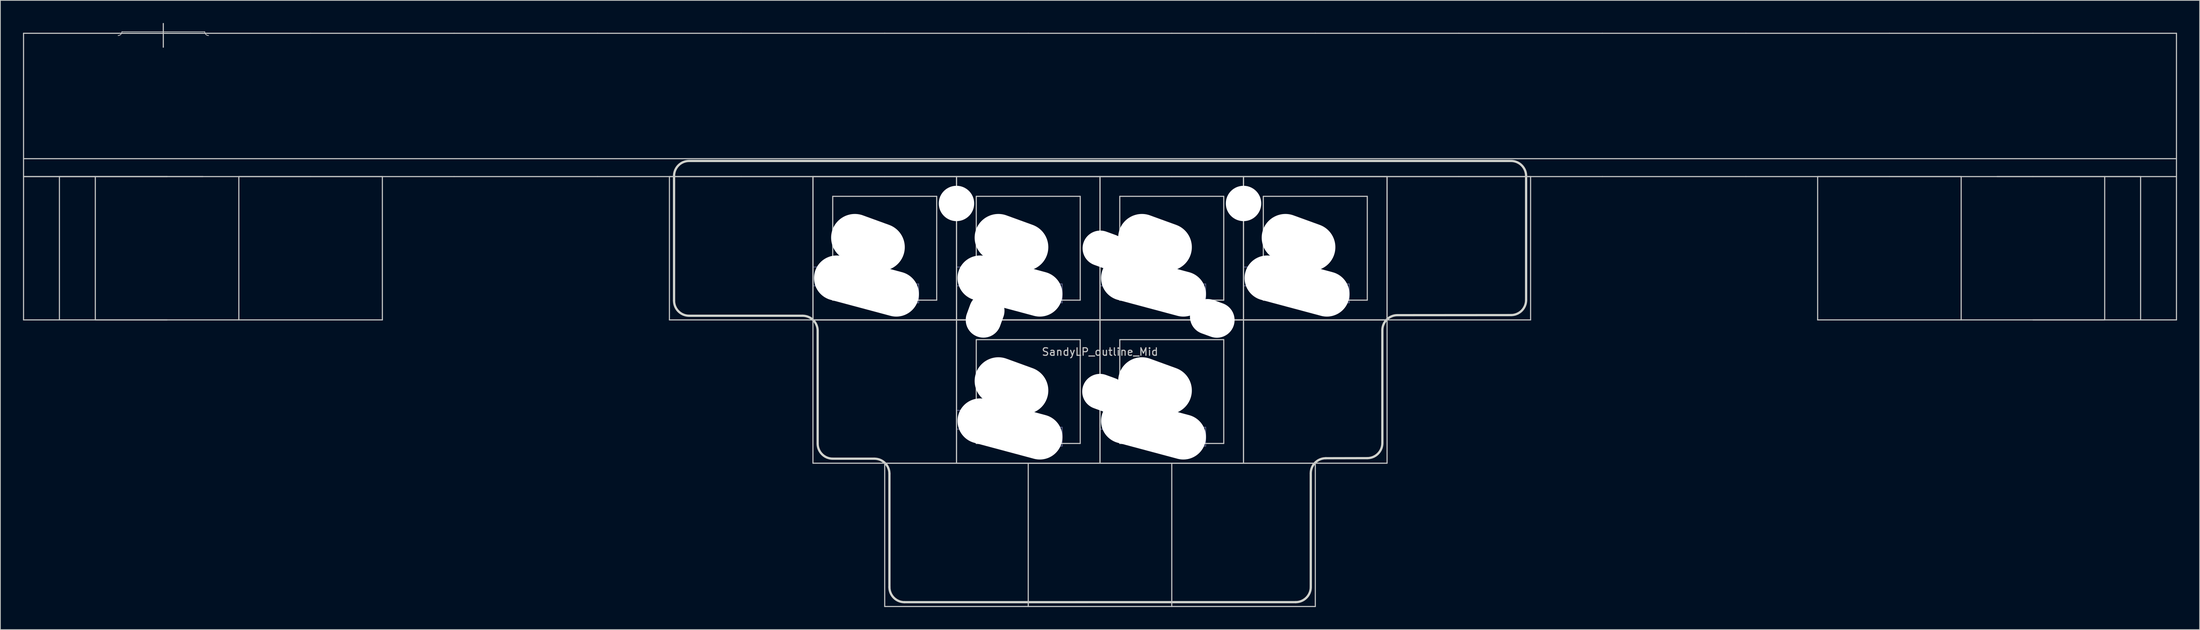
<source format=kicad_pcb>
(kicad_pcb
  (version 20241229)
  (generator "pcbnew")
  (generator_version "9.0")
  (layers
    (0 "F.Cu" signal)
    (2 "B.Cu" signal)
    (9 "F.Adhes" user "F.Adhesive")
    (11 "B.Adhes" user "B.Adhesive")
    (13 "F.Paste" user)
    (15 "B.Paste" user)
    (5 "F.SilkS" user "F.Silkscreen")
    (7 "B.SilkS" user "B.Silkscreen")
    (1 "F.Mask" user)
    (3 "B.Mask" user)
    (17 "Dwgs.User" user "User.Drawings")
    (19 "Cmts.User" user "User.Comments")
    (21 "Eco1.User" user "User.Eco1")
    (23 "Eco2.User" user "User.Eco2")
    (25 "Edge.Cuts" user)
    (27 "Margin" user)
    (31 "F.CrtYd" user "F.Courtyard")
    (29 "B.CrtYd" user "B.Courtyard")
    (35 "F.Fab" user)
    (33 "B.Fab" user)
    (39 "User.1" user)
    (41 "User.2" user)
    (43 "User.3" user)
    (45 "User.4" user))
  (footprint "SandyLP_outline_Mid"
    (layer "F.Cu")
    (at 142.95 39.475)
    (property "Reference" "SandyLP_outline_Mid" (at 0 4.25 0) (layer "Dwgs.User") (effects (font (size 1 1) (thickness 0.15))))
    (attr through_hole)
    (fp_line (start -142.875 -38.1) (end -123.825 -38.1) (stroke (width 0.15) (type solid)) (layer "Dwgs.User"))
    (fp_line (start -142.875 -19.05) (end -142.875 -38.1) (stroke (width 0.15) (type solid)) (layer "Dwgs.User"))
    (fp_line (start -142.875 -19.05) (end -142.875 0) (stroke (width 0.15) (type solid)) (layer "Dwgs.User"))
    (fp_line (start -138.113 -19.05) (end -119.062 -19.05) (stroke (width 0.15) (type solid)) (layer "Dwgs.User"))
    (fp_line (start -138.113 0) (end -138.113 -19.05) (stroke (width 0.15) (type solid)) (layer "Dwgs.User"))
    (fp_line (start -133.35 0) (end -133.35 -19.05) (stroke (width 0.15) (type solid)) (layer "Dwgs.User"))
    (fp_line (start -129.825 -38.3) (end -118.825 -38.3) (stroke (width 0.1) (type solid)) (layer "Dwgs.User"))
    (fp_line (start -124.325 -39.4) (end -124.325 -36.25) (stroke (width 0.15) (type solid)) (layer "Dwgs.User"))
    (fp_line (start -123.825 -38.1) (end -104.775 -38.1) (stroke (width 0.15) (type solid)) (layer "Dwgs.User"))
    (fp_line (start -123.825 -19.05) (end -142.875 -19.05) (stroke (width 0.15) (type solid)) (layer "Dwgs.User"))
    (fp_line (start -123.825 -19.05) (end -142.875 -19.05) (stroke (width 0.15) (type solid)) (layer "Dwgs.User"))
    (fp_line (start -123.825 0) (end -142.875 0) (stroke (width 0.15) (type solid)) (layer "Dwgs.User"))
    (fp_line (start -114.3 -19.05) (end -95.25 -19.05) (stroke (width 0.15) (type solid)) (layer "Dwgs.User"))
    (fp_line (start -114.3 0) (end -133.35 0) (stroke (width 0.15) (type solid)) (layer "Dwgs.User"))
    (fp_line (start -114.3 0) (end -114.3 -19.05) (stroke (width 0.15) (type solid)) (layer "Dwgs.User"))
    (fp_line (start -104.775 -38.1) (end -85.725 -38.1) (stroke (width 0.15) (type solid)) (layer "Dwgs.User"))
    (fp_line (start -104.775 -19.05) (end -123.825 -19.05) (stroke (width 0.15) (type solid)) (layer "Dwgs.User"))
    (fp_line (start -95.25 -19.05) (end -95.25 0) (stroke (width 0.15) (type solid)) (layer "Dwgs.User"))
    (fp_line (start -95.25 0) (end -114.3 0) (stroke (width 0.15) (type solid)) (layer "Dwgs.User"))
    (fp_line (start -85.725 -38.1) (end -66.675 -38.1) (stroke (width 0.15) (type solid)) (layer "Dwgs.User"))
    (fp_line (start -85.725 -19.05) (end -104.775 -19.05) (stroke (width 0.15) (type solid)) (layer "Dwgs.User"))
    (fp_line (start -66.675 -38.1) (end -47.625 -38.1) (stroke (width 0.15) (type solid)) (layer "Dwgs.User"))
    (fp_line (start -66.675 -19.05) (end -85.725 -19.05) (stroke (width 0.15) (type solid)) (layer "Dwgs.User"))
    (fp_line (start -57.15 -19.05) (end -38.1 -19.05) (stroke (width 0.15) (type solid)) (layer "Dwgs.User"))
    (fp_line (start -57.15 0) (end -57.15 -19.05) (stroke (width 0.15) (type solid)) (layer "Dwgs.User"))
    (fp_line (start -47.625 -38.1) (end -28.575 -38.1) (stroke (width 0.15) (type solid)) (layer "Dwgs.User"))
    (fp_line (start -47.625 -19.05) (end -66.675 -19.05) (stroke (width 0.15) (type solid)) (layer "Dwgs.User"))
    (fp_line (start -38.1 -19.05) (end -19.05 -19.05) (stroke (width 0.15) (type solid)) (layer "Dwgs.User"))
    (fp_line (start -38.1 -19.05) (end -19.05 -19.05) (stroke (width 0.15) (type solid)) (layer "Dwgs.User"))
    (fp_line (start -38.1 0) (end -57.15 0) (stroke (width 0.15) (type solid)) (layer "Dwgs.User"))
    (fp_line (start -38.1 0) (end -38.1 -19.05) (stroke (width 0.15) (type solid)) (layer "Dwgs.User"))
    (fp_line (start -38.1 0) (end -38.1 -19.05) (stroke (width 0.15) (type solid)) (layer "Dwgs.User"))
    (fp_line (start -38.1 0) (end -19.05 0) (stroke (width 0.15) (type solid)) (layer "Dwgs.User"))
    (fp_line (start -38.1 19.05) (end -38.1 0) (stroke (width 0.15) (type solid)) (layer "Dwgs.User"))
    (fp_line (start -35.475 -2.625) (end -35.475 -16.425) (stroke (width 0.15) (type solid)) (layer "Dwgs.User"))
    (fp_line (start -35.475 -2.625) (end -21.675 -2.625) (stroke (width 0.15) (type solid)) (layer "Dwgs.User"))
    (fp_line (start -28.575 -38.1) (end -9.525 -38.1) (stroke (width 0.15) (type solid)) (layer "Dwgs.User"))
    (fp_line (start -28.575 -19.05) (end -47.625 -19.05) (stroke (width 0.15) (type solid)) (layer "Dwgs.User"))
    (fp_line (start -28.575 19.05) (end -9.525 19.05) (stroke (width 0.15) (type solid)) (layer "Dwgs.User"))
    (fp_line (start -28.575 38.1) (end -28.575 19.05) (stroke (width 0.15) (type solid)) (layer "Dwgs.User"))
    (fp_line (start -21.675 -16.425) (end -35.475 -16.425) (stroke (width 0.15) (type solid)) (layer "Dwgs.User"))
    (fp_line (start -21.675 -16.425) (end -21.675 -2.625) (stroke (width 0.15) (type solid)) (layer "Dwgs.User"))
    (fp_line (start -19.05 -19.05) (end -19.05 0) (stroke (width 0.15) (type solid)) (layer "Dwgs.User"))
    (fp_line (start -19.05 -19.05) (end -19.05 0) (stroke (width 0.15) (type solid)) (layer "Dwgs.User"))
    (fp_line (start -19.05 -19.05) (end 0 -19.05) (stroke (width 0.15) (type solid)) (layer "Dwgs.User"))
    (fp_line (start -19.05 -19.05) (end 0 -19.05) (stroke (width 0.15) (type solid)) (layer "Dwgs.User"))
    (fp_line (start -19.05 0) (end -38.1 0) (stroke (width 0.15) (type solid)) (layer "Dwgs.User"))
    (fp_line (start -19.05 0) (end -38.1 0) (stroke (width 0.15) (type solid)) (layer "Dwgs.User"))
    (fp_line (start -19.05 0) (end -19.05 -19.05) (stroke (width 0.15) (type solid)) (layer "Dwgs.User"))
    (fp_line (start -19.05 0) (end 0 0) (stroke (width 0.15) (type solid)) (layer "Dwgs.User"))
    (fp_line (start -19.05 0) (end 0 0) (stroke (width 0.15) (type solid)) (layer "Dwgs.User"))
    (fp_line (start -19.05 19.05) (end -38.1 19.05) (stroke (width 0.15) (type solid)) (layer "Dwgs.User"))
    (fp_line (start -19.05 19.05) (end -19.05 0) (stroke (width 0.15) (type solid)) (layer "Dwgs.User"))
    (fp_line (start -19.05 19.05) (end -19.05 0) (stroke (width 0.15) (type solid)) (layer "Dwgs.User"))
    (fp_line (start -16.425 -2.625) (end -16.425 -16.425) (stroke (width 0.15) (type solid)) (layer "Dwgs.User"))
    (fp_line (start -16.425 -2.625) (end -2.625 -2.625) (stroke (width 0.15) (type solid)) (layer "Dwgs.User"))
    (fp_line (start -16.425 16.425) (end -16.425 2.625) (stroke (width 0.15) (type solid)) (layer "Dwgs.User"))
    (fp_line (start -16.425 16.425) (end -2.625 16.425) (stroke (width 0.15) (type solid)) (layer "Dwgs.User"))
    (fp_line (start -9.525 -38.1) (end 9.525 -38.1) (stroke (width 0.15) (type solid)) (layer "Dwgs.User"))
    (fp_line (start -9.525 -19.05) (end -28.575 -19.05) (stroke (width 0.15) (type solid)) (layer "Dwgs.User"))
    (fp_line (start -9.525 19.05) (end 9.525 19.05) (stroke (width 0.15) (type solid)) (layer "Dwgs.User"))
    (fp_line (start -9.525 38.1) (end -28.575 38.1) (stroke (width 0.15) (type solid)) (layer "Dwgs.User"))
    (fp_line (start -9.525 38.1) (end -9.525 19.05) (stroke (width 0.15) (type solid)) (layer "Dwgs.User"))
    (fp_line (start -2.625 -16.425) (end -16.425 -16.425) (stroke (width 0.15) (type solid)) (layer "Dwgs.User"))
    (fp_line (start -2.625 -16.425) (end -2.625 -2.625) (stroke (width 0.15) (type solid)) (layer "Dwgs.User"))
    (fp_line (start -2.625 2.625) (end -16.425 2.625) (stroke (width 0.15) (type solid)) (layer "Dwgs.User"))
    (fp_line (start -2.625 2.625) (end -2.625 16.425) (stroke (width 0.15) (type solid)) (layer "Dwgs.User"))
    (fp_line (start 0 -19.05) (end 0 0) (stroke (width 0.15) (type solid)) (layer "Dwgs.User"))
    (fp_line (start 0 -19.05) (end 0 0) (stroke (width 0.15) (type solid)) (layer "Dwgs.User"))
    (fp_line (start 0 -19.05) (end 19.05 -19.05) (stroke (width 0.15) (type solid)) (layer "Dwgs.User"))
    (fp_line (start 0 -19.05) (end 19.05 -19.05) (stroke (width 0.15) (type solid)) (layer "Dwgs.User"))
    (fp_line (start 0 0) (end -19.05 0) (stroke (width 0.15) (type solid)) (layer "Dwgs.User"))
    (fp_line (start 0 0) (end -19.05 0) (stroke (width 0.15) (type solid)) (layer "Dwgs.User"))
    (fp_line (start 0 0) (end 0 -19.05) (stroke (width 0.15) (type solid)) (layer "Dwgs.User"))
    (fp_line (start 0 0) (end 0 19.05) (stroke (width 0.15) (type solid)) (layer "Dwgs.User"))
    (fp_line (start 0 0) (end 19.05 0) (stroke (width 0.15) (type solid)) (layer "Dwgs.User"))
    (fp_line (start 0 0) (end 19.05 0) (stroke (width 0.15) (type solid)) (layer "Dwgs.User"))
    (fp_line (start 0 19.05) (end -19.05 19.05) (stroke (width 0.15) (type solid)) (layer "Dwgs.User"))
    (fp_line (start 0 19.05) (end -19.05 19.05) (stroke (width 0.15) (type solid)) (layer "Dwgs.User"))
    (fp_line (start 0 19.05) (end 0 0) (stroke (width 0.15) (type solid)) (layer "Dwgs.User"))
    (fp_line (start 0 19.05) (end 0 0) (stroke (width 0.15) (type solid)) (layer "Dwgs.User"))
    (fp_line (start 2.625 -2.625) (end 2.625 -16.425) (stroke (width 0.15) (type solid)) (layer "Dwgs.User"))
    (fp_line (start 2.625 -2.625) (end 16.425 -2.625) (stroke (width 0.15) (type solid)) (layer "Dwgs.User"))
    (fp_line (start 2.625 16.425) (end 2.625 2.625) (stroke (width 0.15) (type solid)) (layer "Dwgs.User"))
    (fp_line (start 2.625 16.425) (end 16.425 16.425) (stroke (width 0.15) (type solid)) (layer "Dwgs.User"))
    (fp_line (start 9.525 -38.1) (end 28.575 -38.1) (stroke (width 0.15) (type solid)) (layer "Dwgs.User"))
    (fp_line (start 9.525 -19.05) (end -9.525 -19.05) (stroke (width 0.15) (type solid)) (layer "Dwgs.User"))
    (fp_line (start 9.525 19.05) (end 28.575 19.05) (stroke (width 0.15) (type solid)) (layer "Dwgs.User"))
    (fp_line (start 9.525 38.1) (end -9.525 38.1) (stroke (width 0.15) (type solid)) (layer "Dwgs.User"))
    (fp_line (start 9.525 38.1) (end 9.525 19.05) (stroke (width 0.15) (type solid)) (layer "Dwgs.User"))
    (fp_line (start 16.425 -16.425) (end 2.625 -16.425) (stroke (width 0.15) (type solid)) (layer "Dwgs.User"))
    (fp_line (start 16.425 -16.425) (end 16.425 -2.625) (stroke (width 0.15) (type solid)) (layer "Dwgs.User"))
    (fp_line (start 16.425 2.625) (end 2.625 2.625) (stroke (width 0.15) (type solid)) (layer "Dwgs.User"))
    (fp_line (start 16.425 2.625) (end 16.425 16.425) (stroke (width 0.15) (type solid)) (layer "Dwgs.User"))
    (fp_line (start 19.05 -19.05) (end 19.05 0) (stroke (width 0.15) (type solid)) (layer "Dwgs.User"))
    (fp_line (start 19.05 -19.05) (end 38.1 -19.05) (stroke (width 0.15) (type solid)) (layer "Dwgs.User"))
    (fp_line (start 19.05 -19.05) (end 38.1 -19.05) (stroke (width 0.15) (type solid)) (layer "Dwgs.User"))
    (fp_line (start 19.05 0) (end 0 0) (stroke (width 0.15) (type solid)) (layer "Dwgs.User"))
    (fp_line (start 19.05 0) (end 0 0) (stroke (width 0.15) (type solid)) (layer "Dwgs.User"))
    (fp_line (start 19.05 0) (end 19.05 -19.05) (stroke (width 0.15) (type solid)) (layer "Dwgs.User"))
    (fp_line (start 19.05 0) (end 19.05 -19.05) (stroke (width 0.15) (type solid)) (layer "Dwgs.User"))
    (fp_line (start 19.05 0) (end 19.05 19.05) (stroke (width 0.15) (type solid)) (layer "Dwgs.User"))
    (fp_line (start 19.05 0) (end 38.1 0) (stroke (width 0.15) (type solid)) (layer "Dwgs.User"))
    (fp_line (start 19.05 19.05) (end 0 19.05) (stroke (width 0.15) (type solid)) (layer "Dwgs.User"))
    (fp_line (start 19.05 19.05) (end 0 19.05) (stroke (width 0.15) (type solid)) (layer "Dwgs.User"))
    (fp_line (start 19.05 19.05) (end 19.05 0) (stroke (width 0.15) (type solid)) (layer "Dwgs.User"))
    (fp_line (start 21.675 -2.625) (end 21.675 -16.425) (stroke (width 0.15) (type solid)) (layer "Dwgs.User"))
    (fp_line (start 21.675 -2.625) (end 35.475 -2.625) (stroke (width 0.15) (type solid)) (layer "Dwgs.User"))
    (fp_line (start 28.575 -38.1) (end 47.625 -38.1) (stroke (width 0.15) (type solid)) (layer "Dwgs.User"))
    (fp_line (start 28.575 -19.05) (end 9.525 -19.05) (stroke (width 0.15) (type solid)) (layer "Dwgs.User"))
    (fp_line (start 28.575 19.05) (end 28.575 38.1) (stroke (width 0.15) (type solid)) (layer "Dwgs.User"))
    (fp_line (start 28.575 38.1) (end 9.525 38.1) (stroke (width 0.15) (type solid)) (layer "Dwgs.User"))
    (fp_line (start 35.475 -16.425) (end 21.675 -16.425) (stroke (width 0.15) (type solid)) (layer "Dwgs.User"))
    (fp_line (start 35.475 -16.425) (end 35.475 -2.625) (stroke (width 0.15) (type solid)) (layer "Dwgs.User"))
    (fp_line (start 38.1 -19.05) (end 38.1 0) (stroke (width 0.15) (type solid)) (layer "Dwgs.User"))
    (fp_line (start 38.1 -19.05) (end 38.1 0) (stroke (width 0.15) (type solid)) (layer "Dwgs.User"))
    (fp_line (start 38.1 -19.05) (end 57.15 -19.05) (stroke (width 0.15) (type solid)) (layer "Dwgs.User"))
    (fp_line (start 38.1 0) (end 19.05 0) (stroke (width 0.15) (type solid)) (layer "Dwgs.User"))
    (fp_line (start 38.1 0) (end 19.05 0) (stroke (width 0.15) (type solid)) (layer "Dwgs.User"))
    (fp_line (start 38.1 0) (end 38.1 19.05) (stroke (width 0.15) (type solid)) (layer "Dwgs.User"))
    (fp_line (start 38.1 19.05) (end 19.05 19.05) (stroke (width 0.15) (type solid)) (layer "Dwgs.User"))
    (fp_line (start 47.625 -38.1) (end 66.675 -38.1) (stroke (width 0.15) (type solid)) (layer "Dwgs.User"))
    (fp_line (start 47.625 -19.05) (end 28.575 -19.05) (stroke (width 0.15) (type solid)) (layer "Dwgs.User"))
    (fp_line (start 57.15 -19.05) (end 57.15 0) (stroke (width 0.15) (type solid)) (layer "Dwgs.User"))
    (fp_line (start 57.15 0) (end 38.1 0) (stroke (width 0.15) (type solid)) (layer "Dwgs.User"))
    (fp_line (start 66.675 -38.1) (end 85.725 -38.1) (stroke (width 0.15) (type solid)) (layer "Dwgs.User"))
    (fp_line (start 66.675 -19.05) (end 47.625 -19.05) (stroke (width 0.15) (type solid)) (layer "Dwgs.User"))
    (fp_line (start 85.725 -38.1) (end 104.775 -38.1) (stroke (width 0.15) (type solid)) (layer "Dwgs.User"))
    (fp_line (start 85.725 -19.05) (end 66.675 -19.05) (stroke (width 0.15) (type solid)) (layer "Dwgs.User"))
    (fp_line (start 95.25 -19.05) (end 114.3 -19.05) (stroke (width 0.15) (type solid)) (layer "Dwgs.User"))
    (fp_line (start 95.25 0) (end 95.25 -19.05) (stroke (width 0.15) (type solid)) (layer "Dwgs.User"))
    (fp_line (start 104.775 -38.1) (end 123.825 -38.1) (stroke (width 0.15) (type solid)) (layer "Dwgs.User"))
    (fp_line (start 104.775 -19.05) (end 85.725 -19.05) (stroke (width 0.15) (type solid)) (layer "Dwgs.User"))
    (fp_line (start 114.3 -19.05) (end 114.3 0) (stroke (width 0.15) (type solid)) (layer "Dwgs.User"))
    (fp_line (start 114.3 0) (end 95.25 0) (stroke (width 0.15) (type solid)) (layer "Dwgs.User"))
    (fp_line (start 119.062 -19.05) (end 138.113 -19.05) (stroke (width 0.15) (type solid)) (layer "Dwgs.User"))
    (fp_line (start 123.825 -38.1) (end 142.875 -38.1) (stroke (width 0.15) (type solid)) (layer "Dwgs.User"))
    (fp_line (start 123.825 -19.05) (end 104.775 -19.05) (stroke (width 0.15) (type solid)) (layer "Dwgs.User"))
    (fp_line (start 133.35 0) (end 114.3 0) (stroke (width 0.15) (type solid)) (layer "Dwgs.User"))
    (fp_line (start 133.35 0) (end 133.35 -19.05) (stroke (width 0.15) (type solid)) (layer "Dwgs.User"))
    (fp_line (start 138.113 0) (end 138.113 -19.05) (stroke (width 0.15) (type solid)) (layer "Dwgs.User"))
    (fp_line (start 142.875 -38.1) (end 142.875 -19.05) (stroke (width 0.15) (type solid)) (layer "Dwgs.User"))
    (fp_line (start 142.875 -21.431) (end -142.875 -21.431) (stroke (width 0.15) (type solid)) (layer "Dwgs.User"))
    (fp_line (start 142.875 -19.05) (end 123.825 -19.05) (stroke (width 0.15) (type solid)) (layer "Dwgs.User"))
    (fp_line (start 142.875 -19.05) (end 142.875 0) (stroke (width 0.15) (type solid)) (layer "Dwgs.User"))
    (fp_line (start 142.875 0) (end 123.825 0) (stroke (width 0.15) (type solid)) (layer "Dwgs.User"))
    (fp_arc (start -129.825 -38.30004) (mid -129.971447 -37.946487) (end -130.325 -37.80004) (stroke (width 0.1) (type solid)) (layer "Dwgs.User"))
    (fp_arc (start -118.325 -37.80004) (mid -118.678553 -37.946487) (end -118.825 -38.30004) (stroke (width 0.1) (type solid)) (layer "Dwgs.User"))
    (fp_circle (center -28.575 -9.525) (end -26.075 -9.525) (stroke (width 0.12) (type default)) (fill no) (layer "Dwgs.User"))
    (fp_circle (center -9.525 -9.525) (end -7.025 -9.525) (stroke (width 0.12) (type default)) (fill no) (layer "Dwgs.User"))
    (fp_circle (center -9.525 9.525) (end -7.025 9.525) (stroke (width 0.12) (type default)) (fill no) (layer "Dwgs.User"))
    (fp_circle (center 9.525 -9.525) (end 12.025 -9.525) (stroke (width 0.12) (type default)) (fill no) (layer "Dwgs.User"))
    (fp_circle (center 9.525 9.525) (end 12.025 9.525) (stroke (width 0.12) (type default)) (fill no) (layer "Dwgs.User"))
    (fp_circle (center 28.575 -9.525) (end 31.075 -9.525) (stroke (width 0.12) (type default)) (fill no) (layer "Dwgs.User"))
    (fp_line (start -138.144 -2.628) (end -138.144 -19.146) (stroke (width 0.3) (type solid)) (layer "Eco2.User"))
    (fp_line (start -136.144 -21.146) (end -97.845 -21.146) (stroke (width 0.3) (type solid)) (layer "Eco2.User"))
    (fp_line (start -136.144 -0.628) (end -97.855 -0.614) (stroke (width 0.3) (type solid)) (layer "Eco2.User"))
    (fp_line (start -95.855 -2.614) (end -95.845 -19.146) (stroke (width 0.3) (type solid)) (layer "Eco2.User"))
    (fp_line (start 95.805 -2.643) (end 95.805 -19.146) (stroke (width 0.3) (type solid)) (layer "Eco2.User"))
    (fp_line (start 97.805 -21.146) (end 135.722 -21.146) (stroke (width 0.3) (type solid)) (layer "Eco2.User"))
    (fp_line (start 97.805 -0.643) (end 135.713 -0.628) (stroke (width 0.3) (type solid)) (layer "Eco2.User"))
    (fp_line (start 137.713 -2.628) (end 137.722 -19.146) (stroke (width 0.3) (type solid)) (layer "Eco2.User"))
    (fp_arc (start -138.14375 -19.145504) (mid -137.557964 -20.559718) (end -136.14375 -21.145504) (stroke (width 0.3) (type solid)) (layer "Eco2.User"))
    (fp_arc (start -136.14375 -0.628468) (mid -137.557964 -1.214254) (end -138.14375 -2.628468) (stroke (width 0.3) (type solid)) (layer "Eco2.User"))
    (fp_arc (start -97.845 -21.145504) (mid -96.430774 -20.55973) (end -95.845 -19.145504) (stroke (width 0.3) (type solid)) (layer "Eco2.User"))
    (fp_arc (start -95.855 -2.614254) (mid -96.440786 -1.20004) (end -97.855 -0.614254) (stroke (width 0.3) (type solid)) (layer "Eco2.User"))
    (fp_arc (start 95.805 -19.145504) (mid 96.39077 -20.559747) (end 97.805 -21.145504) (stroke (width 0.3) (type solid)) (layer "Eco2.User"))
    (fp_arc (start 97.805 -0.642682) (mid 96.390786 -1.228468) (end 95.805 -2.642682) (stroke (width 0.3) (type solid)) (layer "Eco2.User"))
    (fp_arc (start 135.7225 -21.145504) (mid 137.136697 -20.559715) (end 137.7225 -19.145504) (stroke (width 0.3) (type solid)) (layer "Eco2.User"))
    (fp_arc (start 137.7125 -2.628468) (mid 137.126702 -1.214275) (end 135.7125 -0.628468) (stroke (width 0.3) (type solid)) (layer "Eco2.User"))
    (fp_line (start -56.535 -2.55) (end -56.535 -19.131) (stroke (width 0.3) (type solid)) (layer "Edge.Cuts"))
    (fp_line (start -54.535 -0.55) (end -39.475 -0.55) (stroke (width 0.3) (type solid)) (layer "Edge.Cuts"))
    (fp_line (start -37.475 16.45) (end -37.475 1.45) (stroke (width 0.3) (type solid)) (layer "Edge.Cuts"))
    (fp_line (start -35.475 18.45) (end -29.95 18.45) (stroke (width 0.3) (type solid)) (layer "Edge.Cuts"))
    (fp_line (start -27.95 35.525) (end -27.95 20.45) (stroke (width 0.3) (type solid)) (layer "Edge.Cuts"))
    (fp_line (start -25.95 37.525) (end 25.975 37.521) (stroke (width 0.3) (type solid)) (layer "Edge.Cuts"))
    (fp_line (start 27.975 35.521) (end 27.975 20.389) (stroke (width 0.3) (type solid)) (layer "Edge.Cuts"))
    (fp_line (start 29.975 18.389) (end 35.475 18.379) (stroke (width 0.3) (type solid)) (layer "Edge.Cuts"))
    (fp_line (start 37.475 16.379) (end 37.475 1.372) (stroke (width 0.3) (type solid)) (layer "Edge.Cuts"))
    (fp_line (start 39.475 -0.628) (end 54.555 -0.638) (stroke (width 0.3) (type solid)) (layer "Edge.Cuts"))
    (fp_line (start 54.555 -21.131) (end -54.535 -21.131) (stroke (width 0.3) (type solid)) (layer "Edge.Cuts"))
    (fp_line (start 56.555 -2.638) (end 56.555 -19.131) (stroke (width 0.3) (type solid)) (layer "Edge.Cuts"))
    (fp_arc (start -56.535 -19.13129) (mid -55.949214 -20.545504) (end -54.535 -21.13129) (stroke (width 0.3) (type solid)) (layer "Edge.Cuts"))
    (fp_arc (start -54.535 -0.55004) (mid -55.949214 -1.135826) (end -56.535 -2.55004) (stroke (width 0.3) (type solid)) (layer "Edge.Cuts"))
    (fp_arc (start -39.475 -0.55004) (mid -38.060786 0.035746) (end -37.475 1.44996) (stroke (width 0.3) (type solid)) (layer "Edge.Cuts"))
    (fp_arc (start -35.475 18.44996) (mid -36.889214 17.864174) (end -37.475 16.44996) (stroke (width 0.3) (type solid)) (layer "Edge.Cuts"))
    (fp_arc (start -29.95 18.44996) (mid -28.535786 19.035746) (end -27.95 20.44996) (stroke (width 0.3) (type solid)) (layer "Edge.Cuts"))
    (fp_arc (start -25.95 37.52496) (mid -27.364214 36.939174) (end -27.95 35.52496) (stroke (width 0.3) (type solid)) (layer "Edge.Cuts"))
    (fp_arc (start 27.975 20.389174) (mid 28.560766 18.974948) (end 29.975 18.389174) (stroke (width 0.3) (type solid)) (layer "Edge.Cuts"))
    (fp_arc (start 27.975 35.520746) (mid 27.389196 36.934942) (end 25.975 37.520746) (stroke (width 0.3) (type solid)) (layer "Edge.Cuts"))
    (fp_arc (start 37.475 1.371532) (mid 38.060786 -0.042683) (end 39.475 -0.628468) (stroke (width 0.3) (type solid)) (layer "Edge.Cuts"))
    (fp_arc (start 37.475 16.379174) (mid 36.889193 17.793375) (end 35.475 18.379174) (stroke (width 0.3) (type solid)) (layer "Edge.Cuts"))
    (fp_arc (start 54.555 -21.13129) (mid 55.969228 -20.545506) (end 56.555 -19.13129) (stroke (width 0.3) (type solid)) (layer "Edge.Cuts"))
    (fp_arc (start 56.555 -2.638468) (mid 55.969213 -1.224256) (end 54.555 -0.638468) (stroke (width 0.3) (type solid)) (layer "Edge.Cuts"))
    (fp_line (start -38.075 -7.025) (end -35.575 -7.025) (stroke (width 0.12) (type solid)) (layer "B.Fab"))
    (fp_line (start -38.075 -4.525) (end -38.075 -7.025) (stroke (width 0.12) (type solid)) (layer "B.Fab"))
    (fp_line (start -35.575 -8.025) (end -35.575 -3.325) (stroke (width 0.12) (type solid)) (layer "B.Fab"))
    (fp_line (start -35.575 -4.525) (end -38.075 -4.525) (stroke (width 0.12) (type solid)) (layer "B.Fab"))
    (fp_line (start -35.575 -3.325) (end -31.075 -3.325) (stroke (width 0.15) (type solid)) (layer "B.Fab"))
    (fp_line (start -31.075 -8.025) (end -35.575 -8.025) (stroke (width 0.15) (type solid)) (layer "B.Fab"))
    (fp_line (start -31.075 -7.325) (end -31.075 -8.025) (stroke (width 0.15) (type solid)) (layer "B.Fab"))
    (fp_line (start -30.575 -2.825) (end -30.575 -1.825) (stroke (width 0.15) (type solid)) (layer "B.Fab"))
    (fp_line (start -30.075 -1.325) (end -30.575 -1.825) (stroke (width 0.15) (type solid)) (layer "B.Fab"))
    (fp_line (start -27.075 -5.825) (end -29.575 -5.825) (stroke (width 0.15) (type solid)) (layer "B.Fab"))
    (fp_line (start -27.075 -1.325) (end -30.075 -1.325) (stroke (width 0.15) (type solid)) (layer "B.Fab"))
    (fp_line (start -26.575 -5.325) (end -27.075 -5.825) (stroke (width 0.15) (type solid)) (layer "B.Fab"))
    (fp_line (start -26.575 -5.275) (end -26.575 -1.825) (stroke (width 0.12) (type solid)) (layer "B.Fab"))
    (fp_line (start -26.575 -4.775) (end -24.075 -4.775) (stroke (width 0.12) (type solid)) (layer "B.Fab"))
    (fp_line (start -26.575 -1.825) (end -27.075 -1.325) (stroke (width 0.15) (type solid)) (layer "B.Fab"))
    (fp_line (start -24.075 -4.775) (end -24.075 -2.275) (stroke (width 0.12) (type solid)) (layer "B.Fab"))
    (fp_line (start -24.075 -2.275) (end -26.575 -2.275) (stroke (width 0.12) (type solid)) (layer "B.Fab"))
    (fp_line (start -19.025 -7.025) (end -16.525 -7.025) (stroke (width 0.12) (type solid)) (layer "B.Fab"))
    (fp_line (start -19.025 -4.525) (end -19.025 -7.025) (stroke (width 0.12) (type solid)) (layer "B.Fab"))
    (fp_line (start -19.025 12.025) (end -16.525 12.025) (stroke (width 0.12) (type solid)) (layer "B.Fab"))
    (fp_line (start -19.025 14.525) (end -19.025 12.025) (stroke (width 0.12) (type solid)) (layer "B.Fab"))
    (fp_line (start -16.525 -8.025) (end -16.525 -3.325) (stroke (width 0.12) (type solid)) (layer "B.Fab"))
    (fp_line (start -16.525 -4.525) (end -19.025 -4.525) (stroke (width 0.12) (type solid)) (layer "B.Fab"))
    (fp_line (start -16.525 -3.325) (end -12.025 -3.325) (stroke (width 0.15) (type solid)) (layer "B.Fab"))
    (fp_line (start -16.525 11.025) (end -16.525 15.725) (stroke (width 0.12) (type solid)) (layer "B.Fab"))
    (fp_line (start -16.525 14.525) (end -19.025 14.525) (stroke (width 0.12) (type solid)) (layer "B.Fab"))
    (fp_line (start -16.525 15.725) (end -12.025 15.725) (stroke (width 0.15) (type solid)) (layer "B.Fab"))
    (fp_line (start -12.025 -8.025) (end -16.525 -8.025) (stroke (width 0.15) (type solid)) (layer "B.Fab"))
    (fp_line (start -12.025 -7.325) (end -12.025 -8.025) (stroke (width 0.15) (type solid)) (layer "B.Fab"))
    (fp_line (start -12.025 11.025) (end -16.525 11.025) (stroke (width 0.15) (type solid)) (layer "B.Fab"))
    (fp_line (start -12.025 11.725) (end -12.025 11.025) (stroke (width 0.15) (type solid)) (layer "B.Fab"))
    (fp_line (start -11.525 -2.825) (end -11.525 -1.825) (stroke (width 0.15) (type solid)) (layer "B.Fab"))
    (fp_line (start -11.525 16.225) (end -11.525 17.225) (stroke (width 0.15) (type solid)) (layer "B.Fab"))
    (fp_line (start -11.025 -1.325) (end -11.525 -1.825) (stroke (width 0.15) (type solid)) (layer "B.Fab"))
    (fp_line (start -11.025 17.725) (end -11.525 17.225) (stroke (width 0.15) (type solid)) (layer "B.Fab"))
    (fp_line (start -8.025 -5.825) (end -10.525 -5.825) (stroke (width 0.15) (type solid)) (layer "B.Fab"))
    (fp_line (start -8.025 -1.325) (end -11.025 -1.325) (stroke (width 0.15) (type solid)) (layer "B.Fab"))
    (fp_line (start -8.025 13.225) (end -10.525 13.225) (stroke (width 0.15) (type solid)) (layer "B.Fab"))
    (fp_line (start -8.025 17.725) (end -11.025 17.725) (stroke (width 0.15) (type solid)) (layer "B.Fab"))
    (fp_line (start -7.525 -5.325) (end -8.025 -5.825) (stroke (width 0.15) (type solid)) (layer "B.Fab"))
    (fp_line (start -7.525 -5.275) (end -7.525 -1.825) (stroke (width 0.12) (type solid)) (layer "B.Fab"))
    (fp_line (start -7.525 -4.775) (end -5.025 -4.775) (stroke (width 0.12) (type solid)) (layer "B.Fab"))
    (fp_line (start -7.525 -1.825) (end -8.025 -1.325) (stroke (width 0.15) (type solid)) (layer "B.Fab"))
    (fp_line (start -7.525 13.725) (end -8.025 13.225) (stroke (width 0.15) (type solid)) (layer "B.Fab"))
    (fp_line (start -7.525 13.775) (end -7.525 17.225) (stroke (width 0.12) (type solid)) (layer "B.Fab"))
    (fp_line (start -7.525 14.275) (end -5.025 14.275) (stroke (width 0.12) (type solid)) (layer "B.Fab"))
    (fp_line (start -7.525 17.225) (end -8.025 17.725) (stroke (width 0.15) (type solid)) (layer "B.Fab"))
    (fp_line (start -5.025 -4.775) (end -5.025 -2.275) (stroke (width 0.12) (type solid)) (layer "B.Fab"))
    (fp_line (start -5.025 -2.275) (end -7.525 -2.275) (stroke (width 0.12) (type solid)) (layer "B.Fab"))
    (fp_line (start -5.025 14.275) (end -5.025 16.775) (stroke (width 0.12) (type solid)) (layer "B.Fab"))
    (fp_line (start -5.025 16.775) (end -7.525 16.775) (stroke (width 0.12) (type solid)) (layer "B.Fab"))
    (fp_line (start 0.025 -7.025) (end 2.525 -7.025) (stroke (width 0.12) (type solid)) (layer "B.Fab"))
    (fp_line (start 0.025 -4.525) (end 0.025 -7.025) (stroke (width 0.12) (type solid)) (layer "B.Fab"))
    (fp_line (start 0.025 12.025) (end 2.525 12.025) (stroke (width 0.12) (type solid)) (layer "B.Fab"))
    (fp_line (start 0.025 14.525) (end 0.025 12.025) (stroke (width 0.12) (type solid)) (layer "B.Fab"))
    (fp_line (start 2.525 -8.025) (end 2.525 -3.325) (stroke (width 0.12) (type solid)) (layer "B.Fab"))
    (fp_line (start 2.525 -4.525) (end 0.025 -4.525) (stroke (width 0.12) (type solid)) (layer "B.Fab"))
    (fp_line (start 2.525 -3.325) (end 7.025 -3.325) (stroke (width 0.15) (type solid)) (layer "B.Fab"))
    (fp_line (start 2.525 11.025) (end 2.525 15.725) (stroke (width 0.12) (type solid)) (layer "B.Fab"))
    (fp_line (start 2.525 14.525) (end 0.025 14.525) (stroke (width 0.12) (type solid)) (layer "B.Fab"))
    (fp_line (start 2.525 15.725) (end 7.025 15.725) (stroke (width 0.15) (type solid)) (layer "B.Fab"))
    (fp_line (start 7.025 -8.025) (end 2.525 -8.025) (stroke (width 0.15) (type solid)) (layer "B.Fab"))
    (fp_line (start 7.025 -7.325) (end 7.025 -8.025) (stroke (width 0.15) (type solid)) (layer "B.Fab"))
    (fp_line (start 7.025 11.025) (end 2.525 11.025) (stroke (width 0.15) (type solid)) (layer "B.Fab"))
    (fp_line (start 7.025 11.725) (end 7.025 11.025) (stroke (width 0.15) (type solid)) (layer "B.Fab"))
    (fp_line (start 7.525 -2.825) (end 7.525 -1.825) (stroke (width 0.15) (type solid)) (layer "B.Fab"))
    (fp_line (start 7.525 16.225) (end 7.525 17.225) (stroke (width 0.15) (type solid)) (layer "B.Fab"))
    (fp_line (start 8.025 -1.325) (end 7.525 -1.825) (stroke (width 0.15) (type solid)) (layer "B.Fab"))
    (fp_line (start 8.025 17.725) (end 7.525 17.225) (stroke (width 0.15) (type solid)) (layer "B.Fab"))
    (fp_line (start 11.025 -5.825) (end 8.525 -5.825) (stroke (width 0.15) (type solid)) (layer "B.Fab"))
    (fp_line (start 11.025 -1.325) (end 8.025 -1.325) (stroke (width 0.15) (type solid)) (layer "B.Fab"))
    (fp_line (start 11.025 13.225) (end 8.525 13.225) (stroke (width 0.15) (type solid)) (layer "B.Fab"))
    (fp_line (start 11.025 17.725) (end 8.025 17.725) (stroke (width 0.15) (type solid)) (layer "B.Fab"))
    (fp_line (start 11.525 -5.325) (end 11.025 -5.825) (stroke (width 0.15) (type solid)) (layer "B.Fab"))
    (fp_line (start 11.525 -5.275) (end 11.525 -1.825) (stroke (width 0.12) (type solid)) (layer "B.Fab"))
    (fp_line (start 11.525 -4.775) (end 14.025 -4.775) (stroke (width 0.12) (type solid)) (layer "B.Fab"))
    (fp_line (start 11.525 -1.825) (end 11.025 -1.325) (stroke (width 0.15) (type solid)) (layer "B.Fab"))
    (fp_line (start 11.525 13.725) (end 11.025 13.225) (stroke (width 0.15) (type solid)) (layer "B.Fab"))
    (fp_line (start 11.525 13.775) (end 11.525 17.225) (stroke (width 0.12) (type solid)) (layer "B.Fab"))
    (fp_line (start 11.525 14.275) (end 14.025 14.275) (stroke (width 0.12) (type solid)) (layer "B.Fab"))
    (fp_line (start 11.525 17.225) (end 11.025 17.725) (stroke (width 0.15) (type solid)) (layer "B.Fab"))
    (fp_line (start 14.025 -4.775) (end 14.025 -2.275) (stroke (width 0.12) (type solid)) (layer "B.Fab"))
    (fp_line (start 14.025 -2.275) (end 11.525 -2.275) (stroke (width 0.12) (type solid)) (layer "B.Fab"))
    (fp_line (start 14.025 14.275) (end 14.025 16.775) (stroke (width 0.12) (type solid)) (layer "B.Fab"))
    (fp_line (start 14.025 16.775) (end 11.525 16.775) (stroke (width 0.12) (type solid)) (layer "B.Fab"))
    (fp_line (start 19.075 -7.025) (end 21.575 -7.025) (stroke (width 0.12) (type solid)) (layer "B.Fab"))
    (fp_line (start 19.075 -4.525) (end 19.075 -7.025) (stroke (width 0.12) (type solid)) (layer "B.Fab"))
    (fp_line (start 21.575 -8.025) (end 21.575 -3.325) (stroke (width 0.12) (type solid)) (layer "B.Fab"))
    (fp_line (start 21.575 -4.525) (end 19.075 -4.525) (stroke (width 0.12) (type solid)) (layer "B.Fab"))
    (fp_line (start 21.575 -3.325) (end 26.075 -3.325) (stroke (width 0.15) (type solid)) (layer "B.Fab"))
    (fp_line (start 26.075 -8.025) (end 21.575 -8.025) (stroke (width 0.15) (type solid)) (layer "B.Fab"))
    (fp_line (start 26.075 -7.325) (end 26.075 -8.025) (stroke (width 0.15) (type solid)) (layer "B.Fab"))
    (fp_line (start 26.575 -2.825) (end 26.575 -1.825) (stroke (width 0.15) (type solid)) (layer "B.Fab"))
    (fp_line (start 27.075 -1.325) (end 26.575 -1.825) (stroke (width 0.15) (type solid)) (layer "B.Fab"))
    (fp_line (start 30.075 -5.825) (end 27.575 -5.825) (stroke (width 0.15) (type solid)) (layer "B.Fab"))
    (fp_line (start 30.075 -1.325) (end 27.075 -1.325) (stroke (width 0.15) (type solid)) (layer "B.Fab"))
    (fp_line (start 30.575 -5.325) (end 30.075 -5.825) (stroke (width 0.15) (type solid)) (layer "B.Fab"))
    (fp_line (start 30.575 -5.275) (end 30.575 -1.825) (stroke (width 0.12) (type solid)) (layer "B.Fab"))
    (fp_line (start 30.575 -4.775) (end 33.075 -4.775) (stroke (width 0.12) (type solid)) (layer "B.Fab"))
    (fp_line (start 30.575 -1.825) (end 30.075 -1.325) (stroke (width 0.15) (type solid)) (layer "B.Fab"))
    (fp_line (start 33.075 -4.775) (end 33.075 -2.275) (stroke (width 0.12) (type solid)) (layer "B.Fab"))
    (fp_line (start 33.075 -2.275) (end 30.575 -2.275) (stroke (width 0.12) (type solid)) (layer "B.Fab"))
    (fp_arc (start -31.075 -3.325) (mid -30.721447 -3.178553) (end -30.575 -2.825) (stroke (width 0.15) (type solid)) (layer "B.Fab"))
    (fp_arc (start -29.575 -5.825) (mid -30.63566 -6.26434) (end -31.075 -7.325) (stroke (width 0.15) (type solid)) (layer "B.Fab"))
    (fp_arc (start -12.025 -3.325) (mid -11.671447 -3.178553) (end -11.525 -2.825) (stroke (width 0.15) (type solid)) (layer "B.Fab"))
    (fp_arc (start -12.025 15.725) (mid -11.671447 15.871447) (end -11.525 16.225) (stroke (width 0.15) (type solid)) (layer "B.Fab"))
    (fp_arc (start -10.525 -5.825) (mid -11.58566 -6.26434) (end -12.025 -7.325) (stroke (width 0.15) (type solid)) (layer "B.Fab"))
    (fp_arc (start -10.525 13.225) (mid -11.58566 12.78566) (end -12.025 11.725) (stroke (width 0.15) (type solid)) (layer "B.Fab"))
    (fp_arc (start 7.025 -3.325) (mid 7.378553 -3.178553) (end 7.525 -2.825) (stroke (width 0.15) (type solid)) (layer "B.Fab"))
    (fp_arc (start 7.025 15.725) (mid 7.378553 15.871447) (end 7.525 16.225) (stroke (width 0.15) (type solid)) (layer "B.Fab"))
    (fp_arc (start 8.525 -5.825) (mid 7.46434 -6.26434) (end 7.025 -7.325) (stroke (width 0.15) (type solid)) (layer "B.Fab"))
    (fp_arc (start 8.525 13.225) (mid 7.46434 12.78566) (end 7.025 11.725) (stroke (width 0.15) (type solid)) (layer "B.Fab"))
    (fp_arc (start 26.075 -3.325) (mid 26.428553 -3.178553) (end 26.575 -2.825) (stroke (width 0.15) (type solid)) (layer "B.Fab"))
    (fp_arc (start 27.575 -5.825) (mid 26.51434 -6.26434) (end 26.075 -7.325) (stroke (width 0.15) (type solid)) (layer "B.Fab"))
    (pad "" np_thru_hole oval (at -31 -4.5 345) (size 14.2 6) (drill oval 14.2 6) (layers "*.Cu" "*.Mask"))
    (pad "" np_thru_hole oval (at -30.8 -10.3 340) (size 10 6.3) (drill oval 10 6.3) (layers "*.Cu" "*.Mask"))
    (pad "" np_thru_hole circle (at -19.05 -15.478 340) (size 4.7 4.7) (drill 4.7) (layers "*.Cu" "*.Mask"))
    (pad "" np_thru_hole oval (at -15.25 -0.6 340) (size 4.7 6) (drill oval 4.7 6) (layers "*.Cu" "*.Mask"))
    (pad "" np_thru_hole oval (at -11.95 -4.5 345) (size 14.2 6) (drill oval 14.2 6) (layers "*.Cu" "*.Mask"))
    (pad "" np_thru_hole oval (at -11.95 14.5 345) (size 14.2 6) (drill oval 14.2 6) (layers "*.Cu" "*.Mask"))
    (pad "" np_thru_hole oval (at -11.75 -10.3 340) (size 10 6.3) (drill oval 10 6.3) (layers "*.Cu" "*.Mask"))
    (pad "" np_thru_hole oval (at -11.75 8.75 340) (size 10 6.3) (drill oval 10 6.3) (layers "*.Cu" "*.Mask"))
    (pad "" np_thru_hole oval (at 0.6 9.75 70) (size 4.7 6) (drill oval 4.7 6) (layers "*.Cu" "*.Mask"))
    (pad "" np_thru_hole oval (at 0.65 -9.3 70) (size 4.7 6) (drill oval 4.7 6) (layers "*.Cu" "*.Mask"))
    (pad "" np_thru_hole oval (at 7.1 -4.5 345) (size 14.2 6) (drill oval 14.2 6) (layers "*.Cu" "*.Mask"))
    (pad "" np_thru_hole oval (at 7.1 14.5 345) (size 14.2 6) (drill oval 14.2 6) (layers "*.Cu" "*.Mask"))
    (pad "" np_thru_hole oval (at 7.3 -10.3 340) (size 10 6.3) (drill oval 10 6.3) (layers "*.Cu" "*.Mask"))
    (pad "" np_thru_hole oval (at 7.3 8.75 340) (size 10 6.3) (drill oval 10 6.3) (layers "*.Cu" "*.Mask"))
    (pad "" np_thru_hole oval (at 14.9 -0.2 70) (size 4.7 6) (drill oval 4.7 6) (layers "*.Cu" "*.Mask"))
    (pad "" np_thru_hole circle (at 19.05 -15.478 340) (size 4.7 4.7) (drill 4.7) (layers "*.Cu" "*.Mask"))
    (pad "" np_thru_hole oval (at 26.15 -4.5 345) (size 14.2 6) (drill oval 14.2 6) (layers "*.Cu" "*.Mask"))
    (pad "" np_thru_hole oval (at 26.35 -10.3 340) (size 10 6.3) (drill oval 10 6.3) (layers "*.Cu" "*.Mask")))
  (gr_rect
    (start -3 -3)
    (end 288.9 80.65)
    (stroke (width 0.1) (type default))
    (fill no)
    (layer "Edge.Cuts")))
</source>
